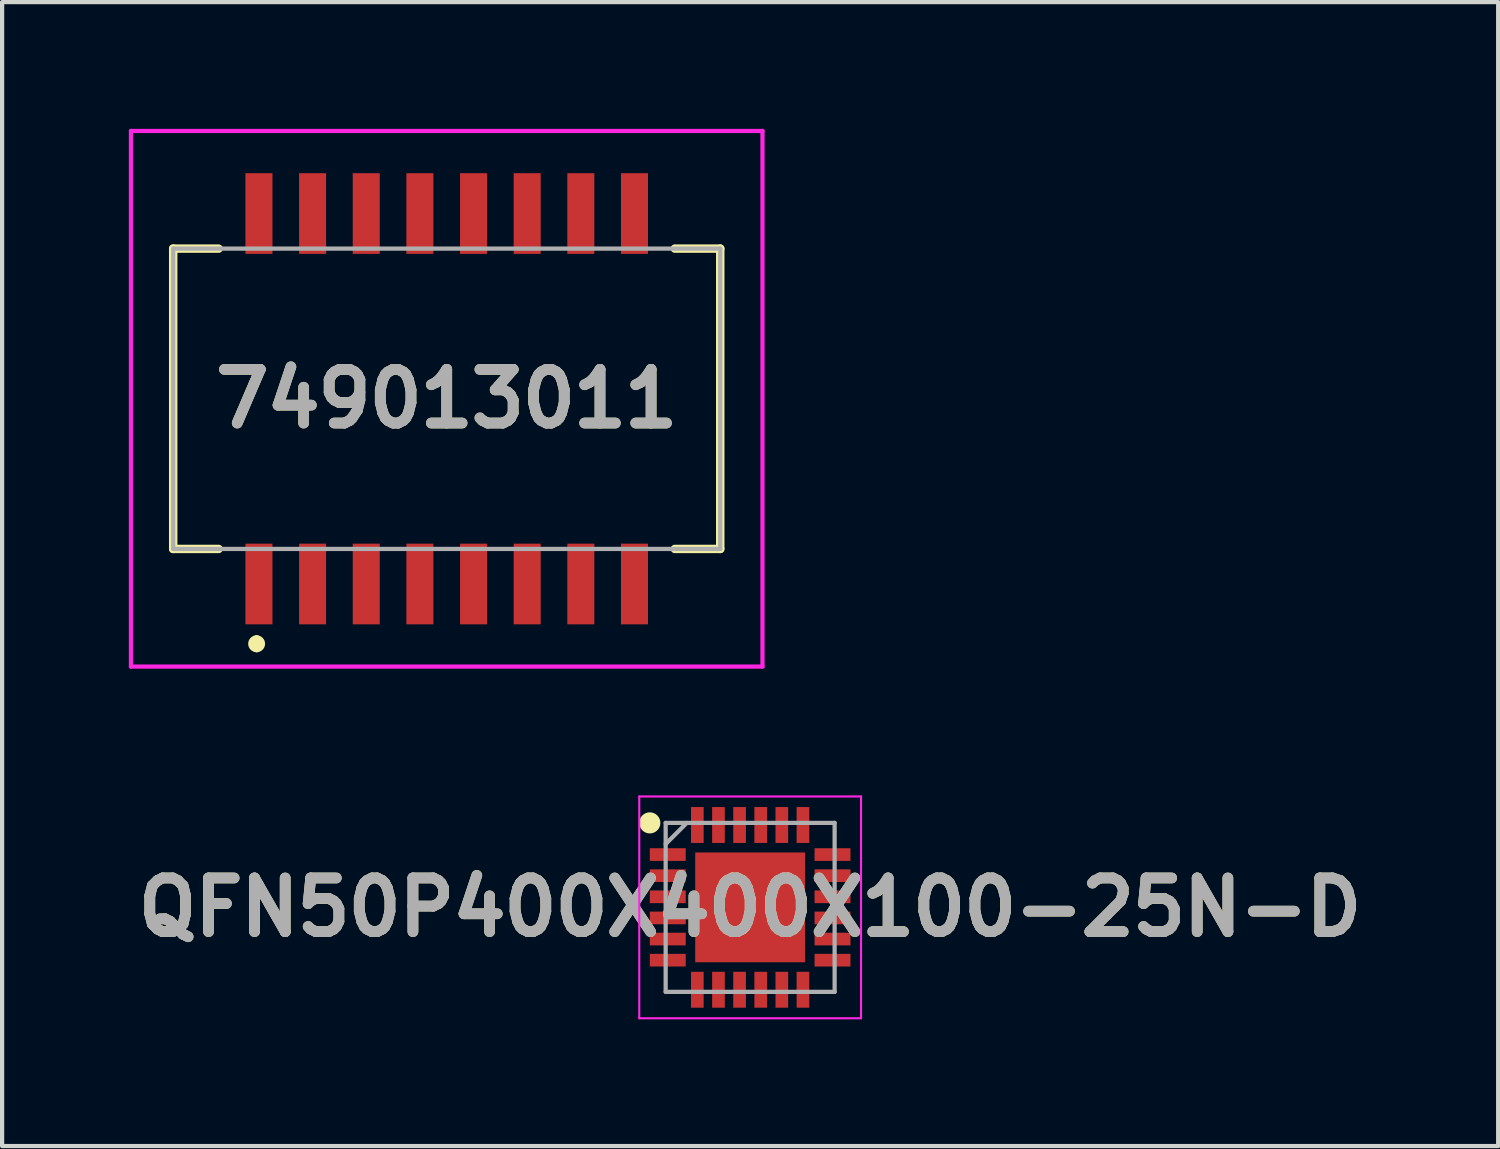
<source format=kicad_pcb>
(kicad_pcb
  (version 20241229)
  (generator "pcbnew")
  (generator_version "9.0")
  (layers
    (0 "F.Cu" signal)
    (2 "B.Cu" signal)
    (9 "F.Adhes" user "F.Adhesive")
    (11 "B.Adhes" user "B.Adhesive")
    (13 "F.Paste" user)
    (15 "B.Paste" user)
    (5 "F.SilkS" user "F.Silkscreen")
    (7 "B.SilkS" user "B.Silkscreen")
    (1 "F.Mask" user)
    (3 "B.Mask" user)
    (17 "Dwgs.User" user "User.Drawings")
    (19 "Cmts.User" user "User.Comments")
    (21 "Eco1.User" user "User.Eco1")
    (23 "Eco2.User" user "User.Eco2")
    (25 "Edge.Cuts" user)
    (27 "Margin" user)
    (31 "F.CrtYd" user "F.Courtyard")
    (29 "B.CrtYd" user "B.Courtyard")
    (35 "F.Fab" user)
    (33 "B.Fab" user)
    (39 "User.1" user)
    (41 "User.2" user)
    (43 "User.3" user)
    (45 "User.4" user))
  (footprint "749013011"
    (layer "F.Cu")
    (at 7.525 6.39)
    (property "Reference" "749013011" (at 0 0 0) (layer "F.SilkS") (effects (font (size 1.27 1.27) (thickness 0.254))))
    (attr smd)
    (fp_line (start -6.475 -3.555) (end -6.475 3.555) (stroke (width 0.2) (type solid)) (layer "F.SilkS"))
    (fp_line (start -6.475 3.555) (end -5.4 3.555) (stroke (width 0.2) (type solid)) (layer "F.SilkS"))
    (fp_line (start -5.4 -3.555) (end -6.475 -3.555) (stroke (width 0.2) (type solid)) (layer "F.SilkS"))
    (fp_line (start -4.5 5.7) (end -4.5 5.7) (stroke (width 0.2) (type solid)) (layer "F.SilkS"))
    (fp_line (start -4.5 5.9) (end -4.5 5.9) (stroke (width 0.2) (type solid)) (layer "F.SilkS"))
    (fp_line (start 5.4 -3.555) (end 6.475 -3.555) (stroke (width 0.2) (type solid)) (layer "F.SilkS"))
    (fp_line (start 6.475 -3.555) (end 6.475 3.555) (stroke (width 0.2) (type solid)) (layer "F.SilkS"))
    (fp_line (start 6.475 3.555) (end 5.4 3.555) (stroke (width 0.2) (type solid)) (layer "F.SilkS"))
    (fp_arc (start -4.5 5.7) (mid -4.4 5.8) (end -4.5 5.9) (stroke (width 0.2) (type solid)) (layer "F.SilkS"))
    (fp_arc (start -4.5 5.9) (mid -4.6 5.8) (end -4.5 5.7) (stroke (width 0.2) (type solid)) (layer "F.SilkS"))
    (fp_line (start -7.475 -6.34) (end 7.475 -6.34) (stroke (width 0.1) (type solid)) (layer "F.CrtYd"))
    (fp_line (start -7.475 6.34) (end -7.475 -6.34) (stroke (width 0.1) (type solid)) (layer "F.CrtYd"))
    (fp_line (start 7.475 -6.34) (end 7.475 6.34) (stroke (width 0.1) (type solid)) (layer "F.CrtYd"))
    (fp_line (start 7.475 6.34) (end -7.475 6.34) (stroke (width 0.1) (type solid)) (layer "F.CrtYd"))
    (fp_line (start -6.475 -3.555) (end 6.475 -3.555) (stroke (width 0.1) (type solid)) (layer "F.Fab"))
    (fp_line (start -6.475 3.555) (end -6.475 -3.555) (stroke (width 0.1) (type solid)) (layer "F.Fab"))
    (fp_line (start 6.475 -3.555) (end 6.475 3.555) (stroke (width 0.1) (type solid)) (layer "F.Fab"))
    (fp_line (start 6.475 3.555) (end -6.475 3.555) (stroke (width 0.1) (type solid)) (layer "F.Fab"))
    (fp_text user "${REFERENCE}" (at 0 0 0) (layer "F.Fab") (effects (font (size 1.27 1.27) (thickness 0.254))))
    (pad "1" smd rect (at -4.445 4.385) (size 0.64 1.91) (layers "F.Cu" "F.Mask" "F.Paste"))
    (pad "2" smd rect (at -3.175 4.385) (size 0.64 1.91) (layers "F.Cu" "F.Mask" "F.Paste"))
    (pad "3" smd rect (at -1.905 4.385) (size 0.64 1.91) (layers "F.Cu" "F.Mask" "F.Paste"))
    (pad "4" smd rect (at -0.635 4.385) (size 0.64 1.91) (layers "F.Cu" "F.Mask" "F.Paste"))
    (pad "5" smd rect (at 0.635 4.385) (size 0.64 1.91) (layers "F.Cu" "F.Mask" "F.Paste"))
    (pad "6" smd rect (at 1.905 4.385) (size 0.64 1.91) (layers "F.Cu" "F.Mask" "F.Paste"))
    (pad "7" smd rect (at 3.175 4.385) (size 0.64 1.91) (layers "F.Cu" "F.Mask" "F.Paste"))
    (pad "8" smd rect (at 4.445 4.385) (size 0.64 1.91) (layers "F.Cu" "F.Mask" "F.Paste"))
    (pad "9" smd rect (at 4.445 -4.385) (size 0.64 1.91) (layers "F.Cu" "F.Mask" "F.Paste"))
    (pad "10" smd rect (at 3.175 -4.385) (size 0.64 1.91) (layers "F.Cu" "F.Mask" "F.Paste"))
    (pad "11" smd rect (at 1.905 -4.385) (size 0.64 1.91) (layers "F.Cu" "F.Mask" "F.Paste"))
    (pad "12" smd rect (at 0.635 -4.385) (size 0.64 1.91) (layers "F.Cu" "F.Mask" "F.Paste"))
    (pad "13" smd rect (at -0.635 -4.385) (size 0.64 1.91) (layers "F.Cu" "F.Mask" "F.Paste"))
    (pad "14" smd rect (at -1.905 -4.385) (size 0.64 1.91) (layers "F.Cu" "F.Mask" "F.Paste"))
    (pad "15" smd rect (at -3.175 -4.385) (size 0.64 1.91) (layers "F.Cu" "F.Mask" "F.Paste"))
    (pad "16" smd rect (at -4.445 -4.385) (size 0.64 1.91) (layers "F.Cu" "F.Mask" "F.Paste")))
  (footprint "QFN50P400X400X100-25N-D"
    (layer "F.Cu")
    (at 14.708 18.43)
    (property "Reference" "QFN50P400X400X100-25N-D" (at 0 0 0) (layer "F.SilkS") (effects (font (size 1.27 1.27) (thickness 0.254))))
    (attr smd)
    (fp_circle (center -2.375 -2) (end -2.375 -1.875) (stroke (width 0.25) (type solid)) (fill no) (layer "F.SilkS"))
    (fp_line (start -2.625 -2.625) (end 2.625 -2.625) (stroke (width 0.05) (type solid)) (layer "F.CrtYd"))
    (fp_line (start -2.625 2.625) (end -2.625 -2.625) (stroke (width 0.05) (type solid)) (layer "F.CrtYd"))
    (fp_line (start 2.625 -2.625) (end 2.625 2.625) (stroke (width 0.05) (type solid)) (layer "F.CrtYd"))
    (fp_line (start 2.625 2.625) (end -2.625 2.625) (stroke (width 0.05) (type solid)) (layer "F.CrtYd"))
    (fp_line (start -2 -2) (end 2 -2) (stroke (width 0.1) (type solid)) (layer "F.Fab"))
    (fp_line (start -2 -1.5) (end -1.5 -2) (stroke (width 0.1) (type solid)) (layer "F.Fab"))
    (fp_line (start -2 2) (end -2 -2) (stroke (width 0.1) (type solid)) (layer "F.Fab"))
    (fp_line (start 2 -2) (end 2 2) (stroke (width 0.1) (type solid)) (layer "F.Fab"))
    (fp_line (start 2 2) (end -2 2) (stroke (width 0.1) (type solid)) (layer "F.Fab"))
    (fp_text user "${REFERENCE}" (at 0 0 0) (layer "F.Fab") (effects (font (size 1.27 1.27) (thickness 0.254))))
    (pad "1" smd rect (at -1.95 -1.25 90) (size 0.3 0.85) (layers "F.Cu" "F.Mask" "F.Paste"))
    (pad "2" smd rect (at -1.95 -0.75 90) (size 0.3 0.85) (layers "F.Cu" "F.Mask" "F.Paste"))
    (pad "3" smd rect (at -1.95 -0.25 90) (size 0.3 0.85) (layers "F.Cu" "F.Mask" "F.Paste"))
    (pad "4" smd rect (at -1.95 0.25 90) (size 0.3 0.85) (layers "F.Cu" "F.Mask" "F.Paste"))
    (pad "5" smd rect (at -1.95 0.75 90) (size 0.3 0.85) (layers "F.Cu" "F.Mask" "F.Paste"))
    (pad "6" smd rect (at -1.95 1.25 90) (size 0.3 0.85) (layers "F.Cu" "F.Mask" "F.Paste"))
    (pad "7" smd rect (at -1.25 1.95) (size 0.3 0.85) (layers "F.Cu" "F.Mask" "F.Paste"))
    (pad "8" smd rect (at -0.75 1.95) (size 0.3 0.85) (layers "F.Cu" "F.Mask" "F.Paste"))
    (pad "9" smd rect (at -0.25 1.95) (size 0.3 0.85) (layers "F.Cu" "F.Mask" "F.Paste"))
    (pad "10" smd rect (at 0.25 1.95) (size 0.3 0.85) (layers "F.Cu" "F.Mask" "F.Paste"))
    (pad "11" smd rect (at 0.75 1.95) (size 0.3 0.85) (layers "F.Cu" "F.Mask" "F.Paste"))
    (pad "12" smd rect (at 1.25 1.95) (size 0.3 0.85) (layers "F.Cu" "F.Mask" "F.Paste"))
    (pad "13" smd rect (at 1.95 1.25 90) (size 0.3 0.85) (layers "F.Cu" "F.Mask" "F.Paste"))
    (pad "14" smd rect (at 1.95 0.75 90) (size 0.3 0.85) (layers "F.Cu" "F.Mask" "F.Paste"))
    (pad "15" smd rect (at 1.95 0.25 90) (size 0.3 0.85) (layers "F.Cu" "F.Mask" "F.Paste"))
    (pad "16" smd rect (at 1.95 -0.25 90) (size 0.3 0.85) (layers "F.Cu" "F.Mask" "F.Paste"))
    (pad "17" smd rect (at 1.95 -0.75 90) (size 0.3 0.85) (layers "F.Cu" "F.Mask" "F.Paste"))
    (pad "18" smd rect (at 1.95 -1.25 90) (size 0.3 0.85) (layers "F.Cu" "F.Mask" "F.Paste"))
    (pad "19" smd rect (at 1.25 -1.95) (size 0.3 0.85) (layers "F.Cu" "F.Mask" "F.Paste"))
    (pad "20" smd rect (at 0.75 -1.95) (size 0.3 0.85) (layers "F.Cu" "F.Mask" "F.Paste"))
    (pad "21" smd rect (at 0.25 -1.95) (size 0.3 0.85) (layers "F.Cu" "F.Mask" "F.Paste"))
    (pad "22" smd rect (at -0.25 -1.95) (size 0.3 0.85) (layers "F.Cu" "F.Mask" "F.Paste"))
    (pad "23" smd rect (at -0.75 -1.95) (size 0.3 0.85) (layers "F.Cu" "F.Mask" "F.Paste"))
    (pad "24" smd rect (at -1.25 -1.95) (size 0.3 0.85) (layers "F.Cu" "F.Mask" "F.Paste"))
    (pad "25" smd rect (at 0 0) (size 2.6 2.6) (layers "F.Cu" "F.Mask" "F.Paste")))
  (gr_rect
    (start -3 -3)
    (end 32.416 24.08)
    (stroke (width 0.1) (type default))
    (fill no)
    (layer "Edge.Cuts")))
</source>
